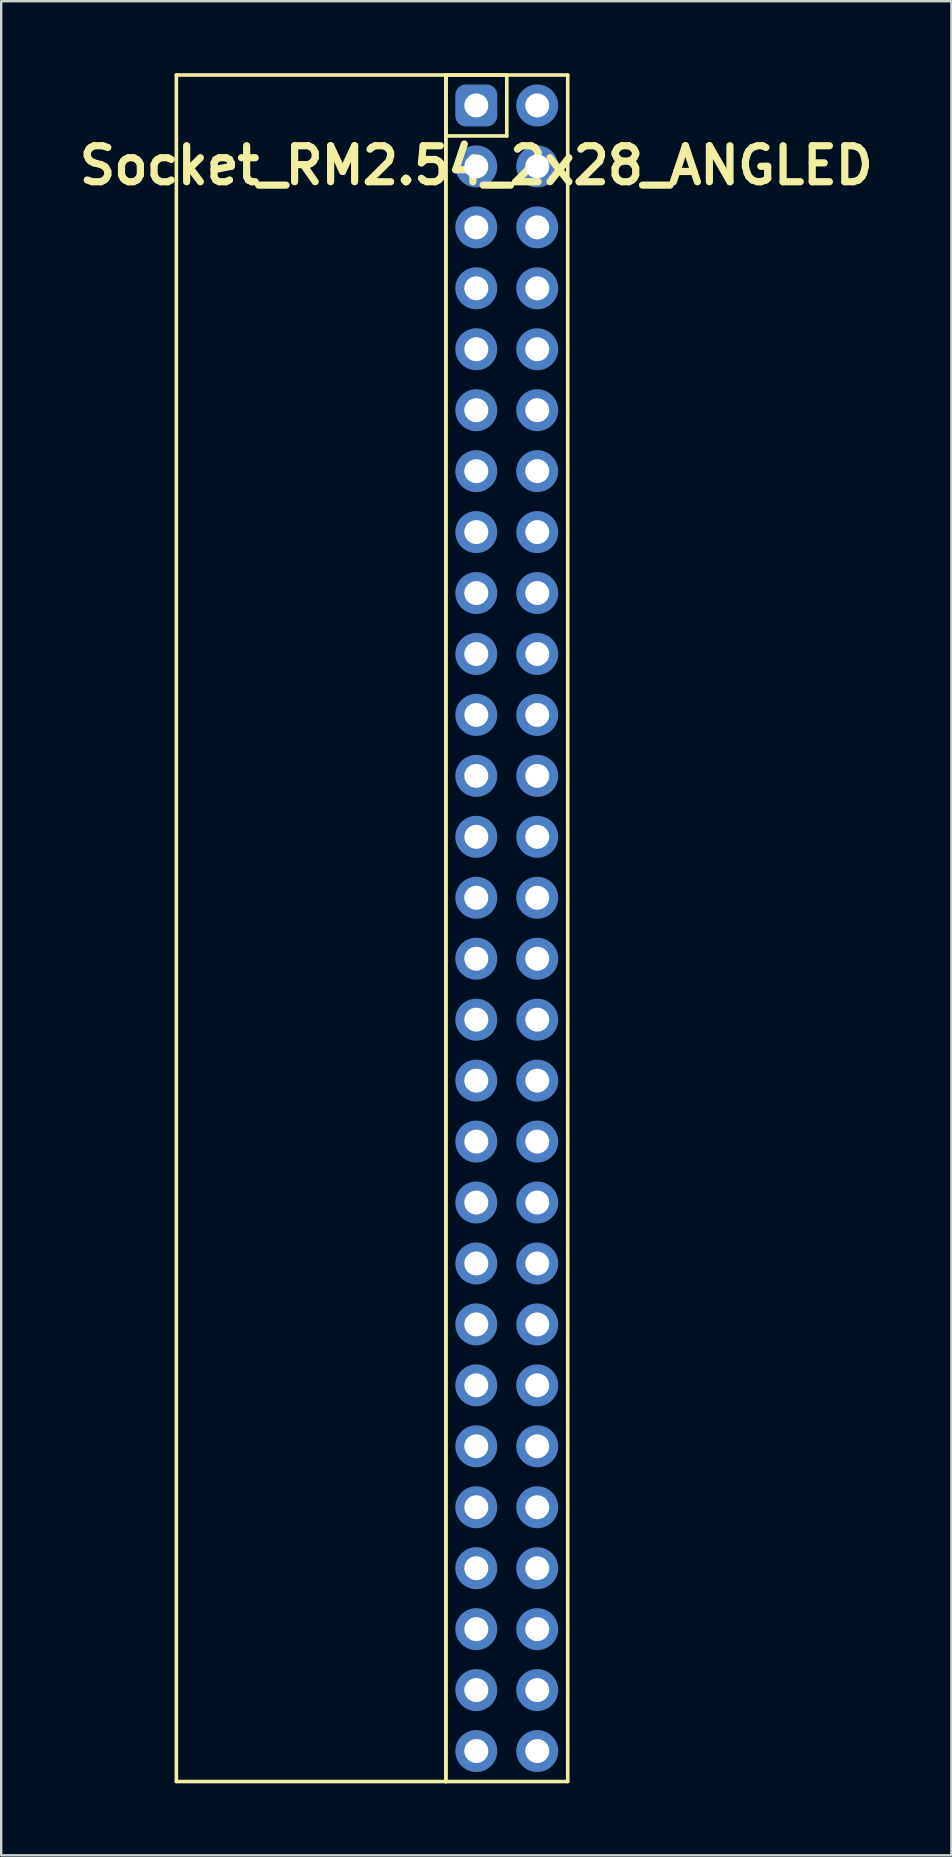
<source format=kicad_pcb>
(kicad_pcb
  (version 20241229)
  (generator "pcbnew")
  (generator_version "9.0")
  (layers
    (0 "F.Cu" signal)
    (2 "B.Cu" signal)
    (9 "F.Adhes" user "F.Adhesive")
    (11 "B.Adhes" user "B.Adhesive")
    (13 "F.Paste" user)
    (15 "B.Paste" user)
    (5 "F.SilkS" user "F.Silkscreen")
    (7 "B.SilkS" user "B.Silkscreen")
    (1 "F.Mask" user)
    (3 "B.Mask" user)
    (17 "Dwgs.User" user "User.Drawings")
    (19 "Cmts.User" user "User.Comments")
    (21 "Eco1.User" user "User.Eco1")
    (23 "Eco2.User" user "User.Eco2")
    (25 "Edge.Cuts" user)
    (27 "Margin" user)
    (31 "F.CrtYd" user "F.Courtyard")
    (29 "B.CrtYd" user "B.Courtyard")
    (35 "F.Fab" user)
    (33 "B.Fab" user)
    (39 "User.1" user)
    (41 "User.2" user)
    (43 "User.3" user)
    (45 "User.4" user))
  (footprint "Socket_RM2.54_2x28_ANGLED"
    (layer "F.Cu")
    (at 16.8 1.345)
    (property "Reference" "Socket_RM2.54_2x28_ANGLED" (at 0 2.5 0) (layer "F.SilkS") (effects (font (size 1.5 1.5) (thickness 0.3))))
    (attr through_hole)
    (fp_line (start -12.5 -1.27) (end -1.27 -1.27) (stroke (width 0.15) (type solid)) (layer "F.SilkS"))
    (fp_line (start -12.5 69.85) (end -12.5 -1.27) (stroke (width 0.15) (type solid)) (layer "F.SilkS"))
    (fp_line (start -1.27 -1.27) (end -1.27 69.85) (stroke (width 0.15) (type solid)) (layer "F.SilkS"))
    (fp_line (start -1.27 -1.27) (end 1.27 -1.27) (stroke (width 0.15) (type solid)) (layer "F.SilkS"))
    (fp_line (start -1.27 -1.27) (end 3.81 -1.27) (stroke (width 0.15) (type solid)) (layer "F.SilkS"))
    (fp_line (start -1.27 1.27) (end -1.27 -1.27) (stroke (width 0.15) (type solid)) (layer "F.SilkS"))
    (fp_line (start -1.27 69.85) (end -12.5 69.85) (stroke (width 0.15) (type solid)) (layer "F.SilkS"))
    (fp_line (start -1.27 69.85) (end -1.27 -1.27) (stroke (width 0.15) (type solid)) (layer "F.SilkS"))
    (fp_line (start 1.27 -1.27) (end 1.27 1.27) (stroke (width 0.15) (type solid)) (layer "F.SilkS"))
    (fp_line (start 1.27 1.27) (end -1.27 1.27) (stroke (width 0.15) (type solid)) (layer "F.SilkS"))
    (fp_line (start 3.81 -1.27) (end 3.81 69.85) (stroke (width 0.15) (type solid)) (layer "F.SilkS"))
    (fp_line (start 3.81 69.85) (end -1.27 69.85) (stroke (width 0.15) (type solid)) (layer "F.SilkS"))
    (pad "1" thru_hole circle (at 0 0) (size 1.3 1.3) (drill 1) (layers "*.Cu" "*.Mask"))
    (pad "1" smd roundrect (at 0 0) (size 1.5 1.5) (layers "F.Cu" "F.Mask") (roundrect_rratio 0.25))
    (pad "1" smd roundrect (at 0 0) (size 1.75 1.75) (layers "B.Cu" "B.Mask") (roundrect_rratio 0.25))
    (pad "2" thru_hole circle (at 2.54 0) (size 1.3 1.3) (drill 1) (layers "*.Cu" "*.Mask"))
    (pad "2" smd circle (at 2.54 0) (size 1.5 1.5) (layers "F.Cu" "F.Mask"))
    (pad "2" smd circle (at 2.54 0) (size 1.75 1.75) (layers "B.Cu" "B.Mask"))
    (pad "3" thru_hole circle (at 0 2.54) (size 1.3 1.3) (drill 1) (layers "*.Cu" "*.Mask"))
    (pad "3" smd circle (at 0 2.54) (size 1.5 1.5) (layers "F.Cu" "F.Mask"))
    (pad "3" smd circle (at 0 2.54) (size 1.75 1.75) (layers "B.Cu" "B.Mask"))
    (pad "4" thru_hole circle (at 2.54 2.54) (size 1.3 1.3) (drill 1) (layers "*.Cu" "*.Mask"))
    (pad "4" smd circle (at 2.54 2.54) (size 1.5 1.5) (layers "F.Cu" "F.Mask"))
    (pad "4" smd circle (at 2.54 2.54) (size 1.75 1.75) (layers "B.Cu" "B.Mask"))
    (pad "5" thru_hole circle (at 0 5.08) (size 1.3 1.3) (drill 1) (layers "*.Cu" "*.Mask"))
    (pad "5" smd circle (at 0 5.08) (size 1.5 1.5) (layers "F.Cu" "F.Mask"))
    (pad "5" smd circle (at 0 5.08) (size 1.75 1.75) (layers "B.Cu" "B.Mask"))
    (pad "6" thru_hole circle (at 2.54 5.08) (size 1.3 1.3) (drill 1) (layers "*.Cu" "*.Mask"))
    (pad "6" smd circle (at 2.54 5.08) (size 1.5 1.5) (layers "F.Cu" "F.Mask"))
    (pad "6" smd circle (at 2.54 5.08) (size 1.75 1.75) (layers "B.Cu" "B.Mask"))
    (pad "7" thru_hole circle (at 0 7.62) (size 1.3 1.3) (drill 1) (layers "*.Cu" "*.Mask"))
    (pad "7" smd circle (at 0 7.62) (size 1.5 1.5) (layers "F.Cu" "F.Mask"))
    (pad "7" smd circle (at 0 7.62) (size 1.75 1.75) (layers "B.Cu" "B.Mask"))
    (pad "8" thru_hole circle (at 2.54 7.62) (size 1.3 1.3) (drill 1) (layers "*.Cu" "*.Mask"))
    (pad "8" smd circle (at 2.54 7.62) (size 1.5 1.5) (layers "F.Cu" "F.Mask"))
    (pad "8" smd circle (at 2.54 7.62) (size 1.75 1.75) (layers "B.Cu" "B.Mask"))
    (pad "9" thru_hole circle (at 0 10.16) (size 1.3 1.3) (drill 1) (layers "*.Cu" "*.Mask"))
    (pad "9" smd circle (at 0 10.16) (size 1.5 1.5) (layers "F.Cu" "F.Mask"))
    (pad "9" smd circle (at 0 10.16) (size 1.75 1.75) (layers "B.Cu" "B.Mask"))
    (pad "10" thru_hole circle (at 2.54 10.16) (size 1.3 1.3) (drill 1) (layers "*.Cu" "*.Mask"))
    (pad "10" smd circle (at 2.54 10.16) (size 1.5 1.5) (layers "F.Cu" "F.Mask"))
    (pad "10" smd circle (at 2.54 10.16) (size 1.75 1.75) (layers "B.Cu" "B.Mask"))
    (pad "11" thru_hole circle (at 0 12.7) (size 1.3 1.3) (drill 1) (layers "*.Cu" "*.Mask"))
    (pad "11" smd circle (at 0 12.7) (size 1.5 1.5) (layers "F.Cu" "F.Mask"))
    (pad "11" smd circle (at 0 12.7) (size 1.75 1.75) (layers "B.Cu" "B.Mask"))
    (pad "12" thru_hole circle (at 2.54 12.7) (size 1.3 1.3) (drill 1) (layers "*.Cu" "*.Mask"))
    (pad "12" smd circle (at 2.54 12.7) (size 1.5 1.5) (layers "F.Cu" "F.Mask"))
    (pad "12" smd circle (at 2.54 12.7) (size 1.75 1.75) (layers "B.Cu" "B.Mask"))
    (pad "13" thru_hole circle (at 0 15.24) (size 1.3 1.3) (drill 1) (layers "*.Cu" "*.Mask"))
    (pad "13" smd circle (at 0 15.24) (size 1.5 1.5) (layers "F.Cu" "F.Mask"))
    (pad "13" smd circle (at 0 15.24) (size 1.75 1.75) (layers "B.Cu" "B.Mask"))
    (pad "14" thru_hole circle (at 2.54 15.24) (size 1.3 1.3) (drill 1) (layers "*.Cu" "*.Mask"))
    (pad "14" smd circle (at 2.54 15.24) (size 1.5 1.5) (layers "F.Cu" "F.Mask"))
    (pad "14" smd circle (at 2.54 15.24) (size 1.75 1.75) (layers "B.Cu" "B.Mask"))
    (pad "15" thru_hole circle (at 0 17.78) (size 1.3 1.3) (drill 1) (layers "*.Cu" "*.Mask"))
    (pad "15" smd circle (at 0 17.78) (size 1.5 1.5) (layers "F.Cu" "F.Mask"))
    (pad "15" smd circle (at 0 17.78) (size 1.75 1.75) (layers "B.Cu" "B.Mask"))
    (pad "16" thru_hole circle (at 2.54 17.78) (size 1.3 1.3) (drill 1) (layers "*.Cu" "*.Mask"))
    (pad "16" smd circle (at 2.54 17.78) (size 1.5 1.5) (layers "F.Cu" "F.Mask"))
    (pad "16" smd circle (at 2.54 17.78) (size 1.75 1.75) (layers "B.Cu" "B.Mask"))
    (pad "17" thru_hole circle (at 0 20.32) (size 1.3 1.3) (drill 1) (layers "*.Cu" "*.Mask"))
    (pad "17" smd circle (at 0 20.32) (size 1.5 1.5) (layers "F.Cu" "F.Mask"))
    (pad "17" smd circle (at 0 20.32) (size 1.75 1.75) (layers "B.Cu" "B.Mask"))
    (pad "18" thru_hole circle (at 2.54 20.32) (size 1.3 1.3) (drill 1) (layers "*.Cu" "*.Mask"))
    (pad "18" smd circle (at 2.54 20.32) (size 1.5 1.5) (layers "F.Cu" "F.Mask"))
    (pad "18" smd circle (at 2.54 20.32) (size 1.75 1.75) (layers "B.Cu" "B.Mask"))
    (pad "19" thru_hole circle (at 0 22.86) (size 1.3 1.3) (drill 1) (layers "*.Cu" "*.Mask"))
    (pad "19" smd circle (at 0 22.86) (size 1.5 1.5) (layers "F.Cu" "F.Mask"))
    (pad "19" smd circle (at 0 22.86) (size 1.75 1.75) (layers "B.Cu" "B.Mask"))
    (pad "20" thru_hole circle (at 2.54 22.86) (size 1.3 1.3) (drill 1) (layers "*.Cu" "*.Mask"))
    (pad "20" smd circle (at 2.54 22.86) (size 1.5 1.5) (layers "F.Cu" "F.Mask"))
    (pad "20" smd circle (at 2.54 22.86) (size 1.75 1.75) (layers "B.Cu" "B.Mask"))
    (pad "21" thru_hole circle (at 0 25.4) (size 1.3 1.3) (drill 1) (layers "*.Cu" "*.Mask"))
    (pad "21" smd circle (at 0 25.4) (size 1.5 1.5) (layers "F.Cu" "F.Mask"))
    (pad "21" smd circle (at 0 25.4) (size 1.75 1.75) (layers "B.Cu" "B.Mask"))
    (pad "22" thru_hole circle (at 2.54 25.4) (size 1.3 1.3) (drill 1) (layers "*.Cu" "*.Mask"))
    (pad "22" smd circle (at 2.54 25.4) (size 1.5 1.5) (layers "F.Cu" "F.Mask"))
    (pad "22" smd circle (at 2.54 25.4) (size 1.75 1.75) (layers "B.Cu" "B.Mask"))
    (pad "23" thru_hole circle (at 0 27.94) (size 1.3 1.3) (drill 1) (layers "*.Cu" "*.Mask"))
    (pad "23" smd circle (at 0 27.94) (size 1.5 1.5) (layers "F.Cu" "F.Mask"))
    (pad "23" smd circle (at 0 27.94) (size 1.75 1.75) (layers "B.Cu" "B.Mask"))
    (pad "24" thru_hole circle (at 2.54 27.94) (size 1.3 1.3) (drill 1) (layers "*.Cu" "*.Mask"))
    (pad "24" smd circle (at 2.54 27.94) (size 1.5 1.5) (layers "F.Cu" "F.Mask"))
    (pad "24" smd circle (at 2.54 27.94) (size 1.75 1.75) (layers "B.Cu" "B.Mask"))
    (pad "25" thru_hole circle (at 0 30.48) (size 1.3 1.3) (drill 1) (layers "*.Cu" "*.Mask"))
    (pad "25" smd circle (at 0 30.48) (size 1.5 1.5) (layers "F.Cu" "F.Mask"))
    (pad "25" smd circle (at 0 30.48) (size 1.75 1.75) (layers "B.Cu" "B.Mask"))
    (pad "26" thru_hole circle (at 2.54 30.48) (size 1.3 1.3) (drill 1) (layers "*.Cu" "*.Mask"))
    (pad "26" smd circle (at 2.54 30.48) (size 1.5 1.5) (layers "F.Cu" "F.Mask"))
    (pad "26" smd circle (at 2.54 30.48) (size 1.75 1.75) (layers "B.Cu" "B.Mask"))
    (pad "27" thru_hole circle (at 0 33.02) (size 1.3 1.3) (drill 1) (layers "*.Cu" "*.Mask"))
    (pad "27" smd circle (at 0 33.02) (size 1.5 1.5) (layers "F.Cu" "F.Mask"))
    (pad "27" smd circle (at 0 33.02) (size 1.75 1.75) (layers "B.Cu" "B.Mask"))
    (pad "28" thru_hole circle (at 2.54 33.02) (size 1.3 1.3) (drill 1) (layers "*.Cu" "*.Mask"))
    (pad "28" smd circle (at 2.54 33.02) (size 1.5 1.5) (layers "F.Cu" "F.Mask"))
    (pad "28" smd circle (at 2.54 33.02) (size 1.75 1.75) (layers "B.Cu" "B.Mask"))
    (pad "29" thru_hole circle (at 0 35.56) (size 1.3 1.3) (drill 1) (layers "*.Cu" "*.Mask"))
    (pad "29" smd circle (at 0 35.56) (size 1.5 1.5) (layers "F.Cu" "F.Mask"))
    (pad "29" smd circle (at 0 35.56) (size 1.75 1.75) (layers "B.Cu" "B.Mask"))
    (pad "30" thru_hole circle (at 2.54 35.56) (size 1.3 1.3) (drill 1) (layers "*.Cu" "*.Mask"))
    (pad "30" smd circle (at 2.54 35.56) (size 1.5 1.5) (layers "F.Cu" "F.Mask"))
    (pad "30" smd circle (at 2.54 35.56) (size 1.75 1.75) (layers "B.Cu" "B.Mask"))
    (pad "31" thru_hole circle (at 0 38.1) (size 1.3 1.3) (drill 1) (layers "*.Cu" "*.Mask"))
    (pad "31" smd circle (at 0 38.1) (size 1.5 1.5) (layers "F.Cu" "F.Mask"))
    (pad "31" smd circle (at 0 38.1) (size 1.75 1.75) (layers "B.Cu" "B.Mask"))
    (pad "32" thru_hole circle (at 2.54 38.1) (size 1.3 1.3) (drill 1) (layers "*.Cu" "*.Mask"))
    (pad "32" smd circle (at 2.54 38.1) (size 1.5 1.5) (layers "F.Cu" "F.Mask"))
    (pad "32" smd circle (at 2.54 38.1) (size 1.75 1.75) (layers "B.Cu" "B.Mask"))
    (pad "33" thru_hole circle (at 0 40.64) (size 1.3 1.3) (drill 1) (layers "*.Cu" "*.Mask"))
    (pad "33" smd circle (at 0 40.64) (size 1.5 1.5) (layers "F.Cu" "F.Mask"))
    (pad "33" smd circle (at 0 40.64) (size 1.75 1.75) (layers "B.Cu" "B.Mask"))
    (pad "34" thru_hole circle (at 2.54 40.64) (size 1.3 1.3) (drill 1) (layers "*.Cu" "*.Mask"))
    (pad "34" smd circle (at 2.54 40.64) (size 1.5 1.5) (layers "F.Cu" "F.Mask"))
    (pad "34" smd circle (at 2.54 40.64) (size 1.75 1.75) (layers "B.Cu" "B.Mask"))
    (pad "35" thru_hole circle (at 0 43.18) (size 1.3 1.3) (drill 1) (layers "*.Cu" "*.Mask"))
    (pad "35" smd circle (at 0 43.18) (size 1.5 1.5) (layers "F.Cu" "F.Mask"))
    (pad "35" smd circle (at 0 43.18) (size 1.75 1.75) (layers "B.Cu" "B.Mask"))
    (pad "36" thru_hole circle (at 2.54 43.18) (size 1.3 1.3) (drill 1) (layers "*.Cu" "*.Mask"))
    (pad "36" smd circle (at 2.54 43.18) (size 1.5 1.5) (layers "F.Cu" "F.Mask"))
    (pad "36" smd circle (at 2.54 43.18) (size 1.75 1.75) (layers "B.Cu" "B.Mask"))
    (pad "37" thru_hole circle (at 0 45.72) (size 1.3 1.3) (drill 1) (layers "*.Cu" "*.Mask"))
    (pad "37" smd circle (at 0 45.72) (size 1.5 1.5) (layers "F.Cu" "F.Mask"))
    (pad "37" smd circle (at 0 45.72) (size 1.75 1.75) (layers "B.Cu" "B.Mask"))
    (pad "38" thru_hole circle (at 2.54 45.72) (size 1.3 1.3) (drill 1) (layers "*.Cu" "*.Mask"))
    (pad "38" smd circle (at 2.54 45.72) (size 1.5 1.5) (layers "F.Cu" "F.Mask"))
    (pad "38" smd circle (at 2.54 45.72) (size 1.75 1.75) (layers "B.Cu" "B.Mask"))
    (pad "39" thru_hole circle (at 0 48.26) (size 1.3 1.3) (drill 1) (layers "*.Cu" "*.Mask"))
    (pad "39" smd circle (at 0 48.26) (size 1.5 1.5) (layers "F.Cu" "F.Mask"))
    (pad "39" smd circle (at 0 48.26) (size 1.75 1.75) (layers "B.Cu" "B.Mask"))
    (pad "40" thru_hole circle (at 2.54 48.26) (size 1.3 1.3) (drill 1) (layers "*.Cu" "*.Mask"))
    (pad "40" smd circle (at 2.54 48.26) (size 1.5 1.5) (layers "F.Cu" "F.Mask"))
    (pad "40" smd circle (at 2.54 48.26) (size 1.75 1.75) (layers "B.Cu" "B.Mask"))
    (pad "41" thru_hole circle (at 0 50.8) (size 1.3 1.3) (drill 1) (layers "*.Cu" "*.Mask"))
    (pad "41" smd circle (at 0 50.8) (size 1.5 1.5) (layers "F.Cu" "F.Mask"))
    (pad "41" smd circle (at 0 50.8) (size 1.75 1.75) (layers "B.Cu" "B.Mask"))
    (pad "42" thru_hole circle (at 2.54 50.8) (size 1.3 1.3) (drill 1) (layers "*.Cu" "*.Mask"))
    (pad "42" smd circle (at 2.54 50.8) (size 1.5 1.5) (layers "F.Cu" "F.Mask"))
    (pad "42" smd circle (at 2.54 50.8) (size 1.75 1.75) (layers "B.Cu" "B.Mask"))
    (pad "43" thru_hole circle (at 0 53.34) (size 1.3 1.3) (drill 1) (layers "*.Cu" "*.Mask"))
    (pad "43" smd circle (at 0 53.34) (size 1.5 1.5) (layers "F.Cu" "F.Mask"))
    (pad "43" smd circle (at 0 53.34) (size 1.75 1.75) (layers "B.Cu" "B.Mask"))
    (pad "44" thru_hole circle (at 2.54 53.34) (size 1.3 1.3) (drill 1) (layers "*.Cu" "*.Mask"))
    (pad "44" smd circle (at 2.54 53.34) (size 1.5 1.5) (layers "F.Cu" "F.Mask"))
    (pad "44" smd circle (at 2.54 53.34) (size 1.75 1.75) (layers "B.Cu" "B.Mask"))
    (pad "45" thru_hole circle (at 0 55.88) (size 1.3 1.3) (drill 1) (layers "*.Cu" "*.Mask"))
    (pad "45" smd circle (at 0 55.88) (size 1.5 1.5) (layers "F.Cu" "F.Mask"))
    (pad "45" smd circle (at 0 55.88) (size 1.75 1.75) (layers "B.Cu" "B.Mask"))
    (pad "46" thru_hole circle (at 2.54 55.88) (size 1.3 1.3) (drill 1) (layers "*.Cu" "*.Mask"))
    (pad "46" smd circle (at 2.54 55.88) (size 1.5 1.5) (layers "F.Cu" "F.Mask"))
    (pad "46" smd circle (at 2.54 55.88) (size 1.75 1.75) (layers "B.Cu" "B.Mask"))
    (pad "47" thru_hole circle (at 0 58.42) (size 1.3 1.3) (drill 1) (layers "*.Cu" "*.Mask"))
    (pad "47" smd circle (at 0 58.42) (size 1.5 1.5) (layers "F.Cu" "F.Mask"))
    (pad "47" smd circle (at 0 58.42) (size 1.75 1.75) (layers "B.Cu" "B.Mask"))
    (pad "48" thru_hole circle (at 2.54 58.42) (size 1.3 1.3) (drill 1) (layers "*.Cu" "*.Mask"))
    (pad "48" smd circle (at 2.54 58.42) (size 1.5 1.5) (layers "F.Cu" "F.Mask"))
    (pad "48" smd circle (at 2.54 58.42) (size 1.75 1.75) (layers "B.Cu" "B.Mask"))
    (pad "49" thru_hole circle (at 0 60.96) (size 1.3 1.3) (drill 1) (layers "*.Cu" "*.Mask"))
    (pad "49" smd circle (at 0 60.96) (size 1.5 1.5) (layers "F.Cu" "F.Mask"))
    (pad "49" smd circle (at 0 60.96) (size 1.75 1.75) (layers "B.Cu" "B.Mask"))
    (pad "50" thru_hole circle (at 2.54 60.96) (size 1.3 1.3) (drill 1) (layers "*.Cu" "*.Mask"))
    (pad "50" smd circle (at 2.54 60.96) (size 1.5 1.5) (layers "F.Cu" "F.Mask"))
    (pad "50" smd circle (at 2.54 60.96) (size 1.75 1.75) (layers "B.Cu" "B.Mask"))
    (pad "51" thru_hole circle (at 0 63.5) (size 1.3 1.3) (drill 1) (layers "*.Cu" "*.Mask"))
    (pad "51" smd circle (at 0 63.5) (size 1.5 1.5) (layers "F.Cu" "F.Mask"))
    (pad "51" smd circle (at 0 63.5) (size 1.75 1.75) (layers "B.Cu" "B.Mask"))
    (pad "52" thru_hole circle (at 2.54 63.5) (size 1.3 1.3) (drill 1) (layers "*.Cu" "*.Mask"))
    (pad "52" smd circle (at 2.54 63.5) (size 1.5 1.5) (layers "F.Cu" "F.Mask"))
    (pad "52" smd circle (at 2.54 63.5) (size 1.75 1.75) (layers "B.Cu" "B.Mask"))
    (pad "53" thru_hole circle (at 0 66.04) (size 1.3 1.3) (drill 1) (layers "*.Cu" "*.Mask"))
    (pad "53" smd circle (at 0 66.04) (size 1.5 1.5) (layers "F.Cu" "F.Mask"))
    (pad "53" smd circle (at 0 66.04) (size 1.75 1.75) (layers "B.Cu" "B.Mask"))
    (pad "54" thru_hole circle (at 2.54 66.04) (size 1.3 1.3) (drill 1) (layers "*.Cu" "*.Mask"))
    (pad "54" smd circle (at 2.54 66.04) (size 1.5 1.5) (layers "F.Cu" "F.Mask"))
    (pad "54" smd circle (at 2.54 66.04) (size 1.75 1.75) (layers "B.Cu" "B.Mask"))
    (pad "55" thru_hole circle (at 0 68.58) (size 1.3 1.3) (drill 1) (layers "*.Cu" "*.Mask"))
    (pad "55" smd circle (at 0 68.58) (size 1.5 1.5) (layers "F.Cu" "F.Mask"))
    (pad "55" smd circle (at 0 68.58) (size 1.75 1.75) (layers "B.Cu" "B.Mask"))
    (pad "56" thru_hole circle (at 2.54 68.58) (size 1.3 1.3) (drill 1) (layers "*.Cu" "*.Mask"))
    (pad "56" smd circle (at 2.54 68.58) (size 1.5 1.5) (layers "F.Cu" "F.Mask"))
    (pad "56" smd circle (at 2.54 68.58) (size 1.75 1.75) (layers "B.Cu" "B.Mask")))
  (gr_rect
    (start -3 -3)
    (end 36.6 74.27)
    (stroke (width 0.1) (type default))
    (fill no)
    (layer "Edge.Cuts")))
</source>
